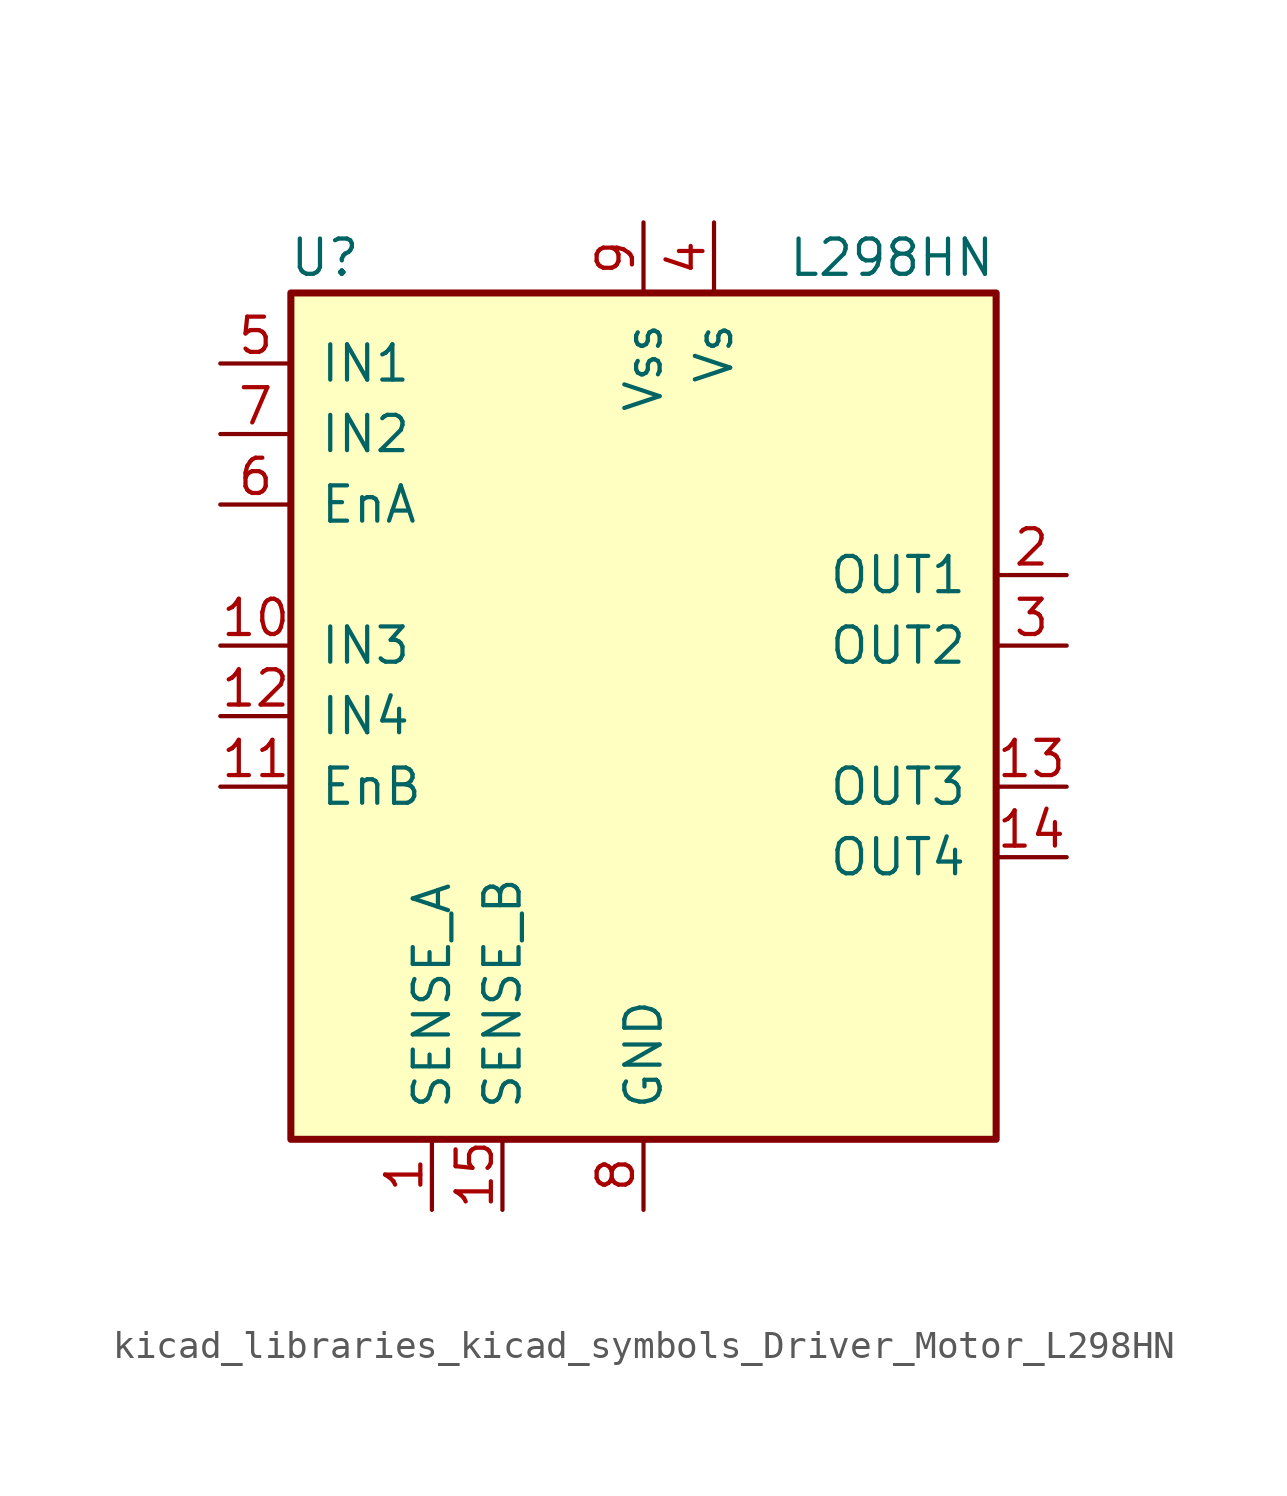
<source format=kicad_sym>
(kicad_symbol_lib
  (version 20220914)
  (generator kicad_symbol_editor)
  (symbol "kicad_libraries_kicad_symbols_Driver_Motor_L298HN"
    (pin_names
      (offset 1.016))
    (property "Reference" "U"
      (at -10.16 16.51 0)
      (effects (font (size 1.27 1.27)) (justify right)))
    (property "Value" "L298HN"
      (at 12.7 16.51 0)
      (effects (font (size 1.27 1.27)) (justify right)))
    (symbol "kicad_libraries_kicad_symbols_Driver_Motor_L298HN_0_1"
      (rectangle (start -12.7 15.24) (end 12.7 -15.24) (stroke (width 0.254) (type default)) (fill (type background))))
    (symbol "kicad_libraries_kicad_symbols_Driver_Motor_L298HN_1_1"
      (pin power_in line (at -7.62 -17.78 90) (length 2.54) (name "SENSE_A" (effects (font (size 1.27 1.27)))) (number "1" (effects (font (size 1.27 1.27)))))
      (pin input line (at -15.24 2.54 0) (length 2.54) (name "IN3" (effects (font (size 1.27 1.27)))) (number "10" (effects (font (size 1.27 1.27)))))
      (pin input line (at -15.24 -2.54 0) (length 2.54) (name "EnB" (effects (font (size 1.27 1.27)))) (number "11" (effects (font (size 1.27 1.27)))))
      (pin input line (at -15.24 0 0) (length 2.54) (name "IN4" (effects (font (size 1.27 1.27)))) (number "12" (effects (font (size 1.27 1.27)))))
      (pin output line (at 15.24 -2.54 180) (length 2.54) (name "OUT3" (effects (font (size 1.27 1.27)))) (number "13" (effects (font (size 1.27 1.27)))))
      (pin output line (at 15.24 -5.08 180) (length 2.54) (name "OUT4" (effects (font (size 1.27 1.27)))) (number "14" (effects (font (size 1.27 1.27)))))
      (pin power_in line (at -5.08 -17.78 90) (length 2.54) (name "SENSE_B" (effects (font (size 1.27 1.27)))) (number "15" (effects (font (size 1.27 1.27)))))
      (pin output line (at 15.24 5.08 180) (length 2.54) (name "OUT1" (effects (font (size 1.27 1.27)))) (number "2" (effects (font (size 1.27 1.27)))))
      (pin output line (at 15.24 2.54 180) (length 2.54) (name "OUT2" (effects (font (size 1.27 1.27)))) (number "3" (effects (font (size 1.27 1.27)))))
      (pin power_in line (at 2.54 17.78 270) (length 2.54) (name "Vs" (effects (font (size 1.27 1.27)))) (number "4" (effects (font (size 1.27 1.27)))))
      (pin input line (at -15.24 12.7 0) (length 2.54) (name "IN1" (effects (font (size 1.27 1.27)))) (number "5" (effects (font (size 1.27 1.27)))))
      (pin input line (at -15.24 7.62 0) (length 2.54) (name "EnA" (effects (font (size 1.27 1.27)))) (number "6" (effects (font (size 1.27 1.27)))))
      (pin input line (at -15.24 10.16 0) (length 2.54) (name "IN2" (effects (font (size 1.27 1.27)))) (number "7" (effects (font (size 1.27 1.27)))))
      (pin power_in line (at 0 -17.78 90) (length 2.54) (name "GND" (effects (font (size 1.27 1.27)))) (number "8" (effects (font (size 1.27 1.27)))))
      (pin power_in line (at 0 17.78 270) (length 2.54) (name "Vss" (effects (font (size 1.27 1.27)))) (number "9" (effects (font (size 1.27 1.27))))))))
</source>
